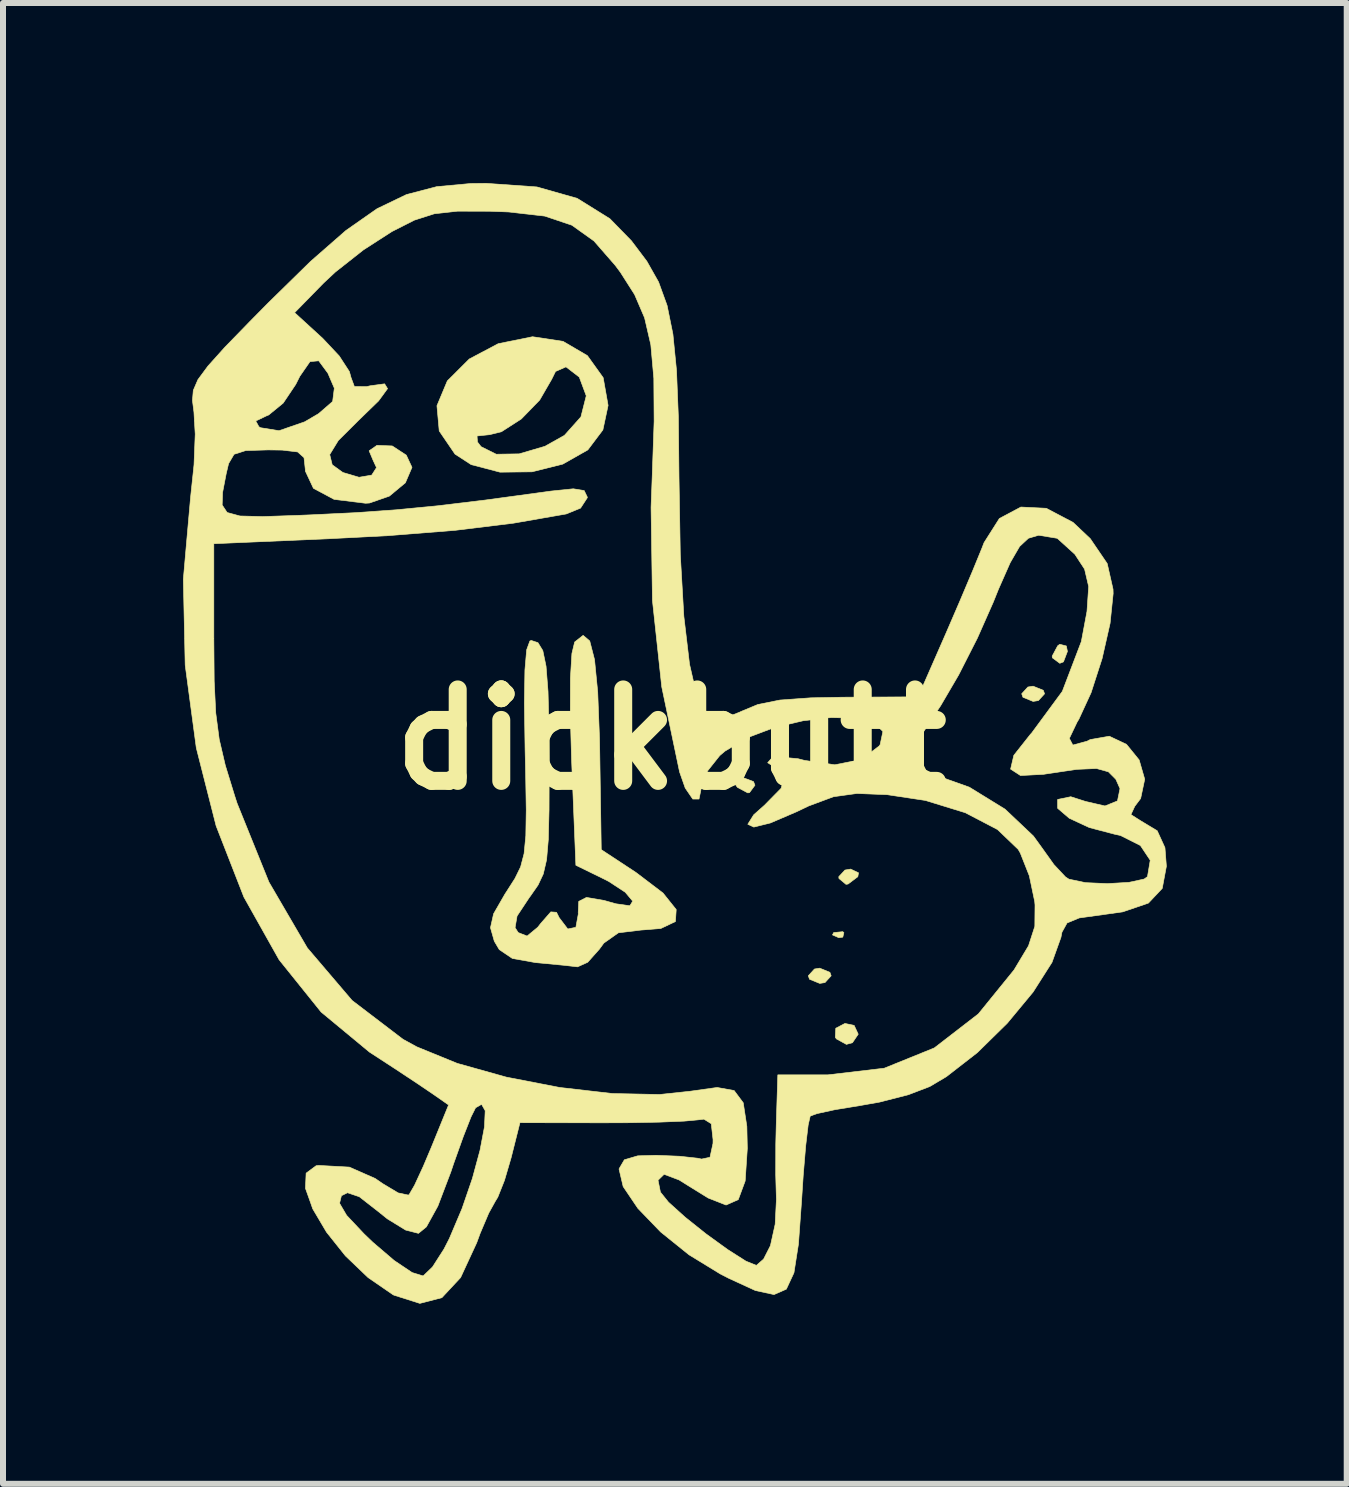
<source format=kicad_pcb>
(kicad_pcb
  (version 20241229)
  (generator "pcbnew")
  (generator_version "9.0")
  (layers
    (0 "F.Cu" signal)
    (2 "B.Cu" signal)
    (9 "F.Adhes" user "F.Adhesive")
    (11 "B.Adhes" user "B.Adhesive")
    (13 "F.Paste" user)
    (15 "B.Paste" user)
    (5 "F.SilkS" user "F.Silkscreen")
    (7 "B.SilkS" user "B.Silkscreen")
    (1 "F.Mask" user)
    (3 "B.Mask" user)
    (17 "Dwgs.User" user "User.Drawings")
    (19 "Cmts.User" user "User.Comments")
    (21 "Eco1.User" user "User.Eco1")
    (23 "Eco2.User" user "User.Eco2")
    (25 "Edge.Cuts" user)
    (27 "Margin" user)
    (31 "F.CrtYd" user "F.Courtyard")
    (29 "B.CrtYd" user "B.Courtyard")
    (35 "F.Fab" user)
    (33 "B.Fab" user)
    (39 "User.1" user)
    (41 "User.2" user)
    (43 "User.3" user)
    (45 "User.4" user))
  (footprint "dickbutt"
    (layer "F.Cu")
    (at 8.133 9.273)
    (property "Reference" "dickbutt" (at 0 0 0) (layer "F.SilkS") (effects (font (size 1.524 1.524) (thickness 0.3))))
    (attr through_hole)
    (fp_poly (pts (xy 2.879 3.217) (xy 2.861 3.293) (xy 2.794 3.302) (xy 2.689 3.256) (xy 2.709 3.217) (xy 2.86 3.202) (xy 2.879 3.217)) (stroke (width 0.01) (type solid)) (fill yes) (layer "F.SilkS"))
    (fp_poly (pts (xy 1.373 0.701) (xy 1.397 0.762) (xy 1.306 0.885) (xy 1.277 0.889) (xy 1.105 0.797) (xy 1.079 0.762) (xy 1.108 0.653) (xy 1.199 0.635) (xy 1.373 0.701)) (stroke (width 0.01) (type solid)) (fill yes) (layer "F.SilkS"))
    (fp_poly (pts (xy 2.646 3.879) (xy 2.667 3.937) (xy 2.564 4.05) (xy 2.477 4.064) (xy 2.307 3.995) (xy 2.286 3.937) (xy 2.389 3.824) (xy 2.477 3.81) (xy 2.646 3.879)) (stroke (width 0.01) (type solid)) (fill yes) (layer "F.SilkS"))
    (fp_poly (pts (xy 3.05 4.764) (xy 3.118 4.91) (xy 3.022 5.052) (xy 2.921 5.08) (xy 2.755 4.989) (xy 2.736 4.962) (xy 2.744 4.811) (xy 2.897 4.731) (xy 3.05 4.764)) (stroke (width 0.01) (type solid)) (fill yes) (layer "F.SilkS"))
    (fp_poly (pts (xy 3.123 2.221) (xy 3.111 2.286) (xy 2.949 2.408) (xy 2.914 2.413) (xy 2.797 2.316) (xy 2.794 2.286) (xy 2.897 2.175) (xy 2.992 2.159) (xy 3.123 2.221)) (stroke (width 0.01) (type solid)) (fill yes) (layer "F.SilkS"))
    (fp_poly (pts (xy 6.202 -0.82) (xy 6.223 -0.762) (xy 6.12 -0.649) (xy 6.032 -0.635) (xy 5.863 -0.704) (xy 5.842 -0.762) (xy 5.945 -0.875) (xy 6.032 -0.889) (xy 6.202 -0.82)) (stroke (width 0.01) (type solid)) (fill yes) (layer "F.SilkS"))
    (fp_poly (pts (xy 6.586 -1.559) (xy 6.604 -1.468) (xy 6.538 -1.294) (xy 6.477 -1.27) (xy 6.354 -1.361) (xy 6.35 -1.39) (xy 6.442 -1.562) (xy 6.477 -1.587) (xy 6.586 -1.559)) (stroke (width 0.01) (type solid)) (fill yes) (layer "F.SilkS"))
    (fp_poly (pts (xy -1.801 -6.635) (xy -1.395 -6.397) (xy -1.132 -6.03) (xy -1.05 -5.567) (xy -1.137 -5.159) (xy -1.388 -4.826) (xy -1.806 -4.589) (xy -2.318 -4.461) (xy -2.851 -4.455) (xy -3.332 -4.581) (xy -3.601 -4.756) (xy -3.807 -5.058) (xy -3.234 -5.058) (xy -3.227 -4.958) (xy -3.167 -4.88) (xy -2.914 -4.754) (xy -2.532 -4.76) (xy -2.103 -4.886) (xy -1.778 -5.068) (xy -1.503 -5.376) (xy -1.414 -5.727) (xy -1.53 -6.039) (xy -1.752 -6.21) (xy -1.926 -6.133) (xy -1.991 -6.001) (xy -2.19 -5.657) (xy -2.496 -5.342) (xy -2.827 -5.129) (xy -3.024 -5.08) (xy -3.234 -5.058) (xy -3.807 -5.058) (xy -3.864 -5.142) (xy -3.902 -5.562) (xy -3.729 -5.976) (xy -3.363 -6.341) (xy -2.881 -6.596) (xy -2.309 -6.712) (xy -1.801 -6.635)) (stroke (width 0.01) (type solid)) (fill yes) (layer "F.SilkS"))
    (fp_poly (pts (xy -1.356 -1.642) (xy -1.276 -1.331) (xy -1.223 -0.791) (xy -1.193 -0.012) (xy -1.19 0.157) (xy -1.164 1.835) (xy -0.585 2.216) (xy -0.135 2.558) (xy 0.085 2.833) (xy 0.072 3.033) (xy -0.172 3.149) (xy -0.501 3.175) (xy -0.879 3.221) (xy -1.121 3.392) (xy -1.195 3.493) (xy -1.39 3.712) (xy -1.559 3.788) (xy -1.776 3.763) (xy -2.131 3.729) (xy -2.26 3.717) (xy -2.645 3.648) (xy -2.863 3.501) (xy -2.946 3.361) (xy -3.01 3.136) (xy -2.958 2.904) (xy -2.768 2.574) (xy -2.738 2.528) (xy -2.602 2.315) (xy -2.508 2.123) (xy -2.45 1.902) (xy -2.421 1.603) (xy -2.414 1.175) (xy -2.424 0.568) (xy -2.433 0.176) (xy -2.445 -0.607) (xy -2.436 -1.158) (xy -2.407 -1.495) (xy -2.354 -1.641) (xy -2.331 -1.651) (xy -2.219 -1.614) (xy -2.138 -1.482) (xy -2.084 -1.222) (xy -2.051 -0.8) (xy -2.035 -0.184) (xy -2.032 0.475) (xy -2.034 1.171) (xy -2.046 1.664) (xy -2.075 2.003) (xy -2.13 2.24) (xy -2.217 2.425) (xy -2.345 2.609) (xy -2.364 2.634) (xy -2.567 2.941) (xy -2.6 3.134) (xy -2.548 3.217) (xy -2.4 3.275) (xy -2.223 3.129) (xy -2.172 3.064) (xy -2.004 2.872) (xy -1.91 2.879) (xy -1.865 2.969) (xy -1.722 3.157) (xy -1.587 3.129) (xy -1.546 2.905) (xy -1.548 2.889) (xy -1.539 2.697) (xy -1.41 2.631) (xy -1.115 2.682) (xy -0.921 2.737) (xy -0.687 2.77) (xy -0.64 2.693) (xy -0.764 2.545) (xy -1.039 2.365) (xy -1.111 2.328) (xy -1.587 2.095) (xy -1.659 0.318) (xy -1.68 -0.427) (xy -1.678 -1.023) (xy -1.653 -1.434) (xy -1.607 -1.625) (xy -1.466 -1.736) (xy -1.356 -1.642)) (stroke (width 0.01) (type solid)) (fill yes) (layer "F.SilkS"))
    (fp_poly (pts (xy -2.236 -9.208) (xy -1.566 -9.018) (xy -1.021 -8.679) (xy -0.661 -8.31) (xy -0.404 -7.969) (xy -0.209 -7.624) (xy -0.067 -7.233) (xy 0.03 -6.755) (xy 0.09 -6.15) (xy 0.121 -5.375) (xy 0.131 -4.391) (xy 0.132 -4.327) (xy 0.153 -3.082) (xy 0.212 -2.055) (xy 0.307 -1.254) (xy 0.437 -0.688) (xy 0.602 -0.364) (xy 0.613 -0.352) (xy 0.81 -0.325) (xy 1.147 -0.458) (xy 1.16 -0.465) (xy 1.446 -0.584) (xy 1.815 -0.658) (xy 2.33 -0.695) (xy 2.852 -0.705) (xy 4.116 -0.711) (xy 4.586 -1.784) (xy 4.816 -2.317) (xy 5.025 -2.812) (xy 5.179 -3.188) (xy 5.215 -3.281) (xy 5.47 -3.683) (xy 5.829 -3.874) (xy 6.252 -3.853) (xy 6.698 -3.618) (xy 6.984 -3.348) (xy 7.267 -2.932) (xy 7.364 -2.504) (xy 7.366 -2.432) (xy 7.315 -1.937) (xy 7.182 -1.35) (xy 6.998 -0.78) (xy 6.794 -0.337) (xy 6.766 -0.292) (xy 6.636 -0.019) (xy 6.694 0.092) (xy 6.931 0.028) (xy 6.983 0.001) (xy 7.302 -0.055) (xy 7.588 0.08) (xy 7.799 0.34) (xy 7.892 0.662) (xy 7.824 0.983) (xy 7.726 1.113) (xy 7.662 1.251) (xy 7.821 1.352) (xy 8.1 1.52) (xy 8.229 1.802) (xy 8.253 2.112) (xy 8.184 2.481) (xy 7.953 2.726) (xy 7.525 2.872) (xy 7.19 2.919) (xy 6.801 2.973) (xy 6.598 3.057) (xy 6.513 3.21) (xy 6.496 3.297) (xy 6.347 3.713) (xy 6.032 4.208) (xy 5.601 4.728) (xy 5.103 5.217) (xy 4.587 5.618) (xy 4.309 5.783) (xy 3.953 5.919) (xy 3.473 6.042) (xy 3.145 6.1) (xy 2.731 6.168) (xy 2.429 6.234) (xy 2.318 6.275) (xy 2.284 6.422) (xy 2.243 6.768) (xy 2.202 7.256) (xy 2.173 7.698) (xy 2.122 8.407) (xy 2.047 8.886) (xy 1.92 9.159) (xy 1.715 9.249) (xy 1.405 9.182) (xy 0.963 8.979) (xy 0.819 8.905) (xy 0.298 8.586) (xy -0.174 8.206) (xy -0.554 7.812) (xy -0.799 7.449) (xy -0.867 7.16) (xy -0.865 7.15) (xy -0.779 7.003) (xy -0.556 6.937) (xy -0.251 6.928) (xy 0.141 6.944) (xy 0.443 6.977) (xy 0.508 6.991) (xy 0.648 6.961) (xy 0.698 6.73) (xy 0.699 6.668) (xy 0.669 6.402) (xy 0.547 6.326) (xy 0.445 6.338) (xy 0.216 6.359) (xy -0.201 6.376) (xy -0.74 6.386) (xy -1.164 6.387) (xy -2.519 6.385) (xy -2.666 6.969) (xy -2.777 7.347) (xy -2.888 7.626) (xy -2.929 7.693) (xy -3.039 7.892) (xy -3.182 8.229) (xy -3.24 8.387) (xy -3.508 8.966) (xy -3.82 9.301) (xy -4.187 9.396) (xy -4.619 9.259) (xy -4.636 9.25) (xy -5.05 8.965) (xy -5.427 8.604) (xy -5.742 8.209) (xy -5.972 7.82) (xy -6.004 7.728) (xy -5.525 7.728) (xy -5.407 7.929) (xy -5.116 8.238) (xy -4.972 8.376) (xy -4.614 8.682) (xy -4.316 8.882) (xy -4.134 8.938) (xy -4.13 8.937) (xy -3.976 8.789) (xy -3.785 8.491) (xy -3.695 8.315) (xy -3.484 7.817) (xy -3.311 7.313) (xy -3.184 6.844) (xy -3.11 6.454) (xy -3.098 6.185) (xy -3.158 6.079) (xy -3.258 6.136) (xy -3.334 6.288) (xy -3.464 6.619) (xy -3.623 7.064) (xy -3.67 7.204) (xy -3.887 7.775) (xy -4.078 8.121) (xy -4.21 8.229) (xy -4.424 8.174) (xy -4.727 7.988) (xy -4.884 7.862) (xy -5.195 7.619) (xy -5.393 7.552) (xy -5.494 7.602) (xy -5.525 7.728) (xy -6.004 7.728) (xy -6.093 7.479) (xy -6.082 7.226) (xy -5.915 7.102) (xy -5.874 7.097) (xy -5.361 7.125) (xy -4.93 7.315) (xy -4.807 7.4) (xy -4.548 7.555) (xy -4.378 7.591) (xy -4.365 7.582) (xy -4.275 7.427) (xy -4.129 7.111) (xy -3.995 6.794) (xy -3.708 6.089) (xy -3.981 5.899) (xy -4.225 5.734) (xy -4.6 5.486) (xy -5.027 5.208) (xy -5.028 5.207) (xy -5.832 4.541) (xy -6.532 3.67) (xy -7.119 2.625) (xy -7.582 1.438) (xy -7.912 0.139) (xy -8.097 -1.24) (xy -8.128 -2.669) (xy -8.076 -3.263) (xy -7.62 -3.263) (xy -7.62 -1.682) (xy -7.614 -0.976) (xy -7.588 -0.443) (xy -7.53 -0.002) (xy -7.429 0.43) (xy -7.274 0.934) (xy -7.233 1.061) (xy -6.702 2.375) (xy -6.062 3.473) (xy -5.316 4.348) (xy -4.468 4.995) (xy -4.238 5.121) (xy -3.565 5.396) (xy -2.744 5.626) (xy -1.856 5.798) (xy -0.979 5.899) (xy -0.191 5.915) (xy 0.317 5.861) (xy 0.767 5.798) (xy 1.05 5.849) (xy 1.202 6.053) (xy 1.262 6.447) (xy 1.27 6.814) (xy 1.234 7.357) (xy 1.119 7.667) (xy 0.916 7.757) (xy 0.618 7.64) (xy 0.304 7.446) (xy 0.133 7.339) (xy -0.117 7.245) (xy -0.218 7.344) (xy -0.178 7.542) (xy -0.044 7.709) (xy 0.233 7.959) (xy 0.585 8.24) (xy 0.946 8.501) (xy 1.248 8.693) (xy 1.421 8.763) (xy 1.541 8.658) (xy 1.655 8.434) (xy 1.734 8.077) (xy 1.755 7.66) (xy 1.754 7.641) (xy 1.743 7.253) (xy 1.744 6.744) (xy 1.753 6.382) (xy 1.778 5.588) (xy 2.608 5.588) (xy 3.552 5.477) (xy 4.386 5.139) (xy 5.12 4.572) (xy 5.715 3.839) (xy 5.956 3.437) (xy 6.061 3.113) (xy 6.064 2.757) (xy 6.059 2.701) (xy 5.969 2.271) (xy 5.819 1.892) (xy 5.784 1.831) (xy 5.439 1.5) (xy 4.903 1.22) (xy 4.237 1.015) (xy 3.6 0.919) (xy 3.096 0.899) (xy 2.706 0.953) (xy 2.295 1.106) (xy 2.092 1.203) (xy 1.656 1.39) (xy 1.378 1.459) (xy 1.278 1.412) (xy 1.376 1.255) (xy 1.556 1.095) (xy 1.834 0.812) (xy 1.89 0.595) (xy 1.746 0.472) (xy 1.609 0.387) (xy 1.665 0.323) (xy 1.854 0.295) (xy 2.115 0.32) (xy 2.224 0.348) (xy 2.727 0.421) (xy 2.99 0.369) (xy 3.937 0.369) (xy 4.047 0.473) (xy 4.316 0.566) (xy 4.35 0.574) (xy 4.969 0.794) (xy 5.564 1.16) (xy 6.037 1.608) (xy 6.156 1.772) (xy 6.378 2.083) (xy 6.573 2.291) (xy 6.629 2.327) (xy 6.905 2.385) (xy 7.271 2.401) (xy 7.63 2.38) (xy 7.882 2.325) (xy 7.938 2.285) (xy 7.984 2.012) (xy 7.82 1.766) (xy 7.488 1.599) (xy 7.391 1.578) (xy 6.969 1.467) (xy 6.635 1.312) (xy 6.441 1.146) (xy 6.44 1.002) (xy 6.444 0.998) (xy 6.66 0.953) (xy 6.906 1.032) (xy 7.23 1.107) (xy 7.438 1.023) (xy 7.48 0.818) (xy 7.411 0.663) (xy 7.287 0.538) (xy 7.089 0.483) (xy 6.76 0.497) (xy 6.243 0.574) (xy 6.206 0.58) (xy 5.822 0.6) (xy 5.657 0.493) (xy 5.711 0.263) (xy 5.987 -0.086) (xy 6.007 -0.107) (xy 6.519 -0.802) (xy 6.836 -1.633) (xy 6.93 -2.135) (xy 6.958 -2.549) (xy 6.89 -2.839) (xy 6.728 -3.087) (xy 6.435 -3.353) (xy 6.124 -3.404) (xy 5.954 -3.354) (xy 5.807 -3.217) (xy 5.651 -2.948) (xy 5.454 -2.502) (xy 5.369 -2.29) (xy 5.104 -1.691) (xy 4.792 -1.077) (xy 4.492 -0.564) (xy 4.437 -0.482) (xy 4.188 -0.1) (xy 4.009 0.204) (xy 3.937 0.367) (xy 3.937 0.369) (xy 2.99 0.369) (xy 3.167 0.335) (xy 3.467 0.108) (xy 3.483 0.085) (xy 3.529 -0.134) (xy 3.378 -0.28) (xy 3.076 -0.356) (xy 2.669 -0.366) (xy 2.201 -0.313) (xy 1.72 -0.2) (xy 1.27 -0.03) (xy 0.897 0.194) (xy 0.81 0.268) (xy 0.598 0.535) (xy 0.508 0.782) (xy 0.508 0.784) (xy 0.465 0.992) (xy 0.361 0.992) (xy 0.235 0.808) (xy 0.141 0.54) (xy -0.156 -0.878) (xy -0.311 -2.318) (xy -0.334 -3.868) (xy -0.315 -4.381) (xy -0.283 -5.303) (xy -0.288 -6.019) (xy -0.338 -6.578) (xy -0.442 -7.027) (xy -0.608 -7.414) (xy -0.845 -7.786) (xy -0.93 -7.9) (xy -1.285 -8.307) (xy -1.653 -8.57) (xy -2.104 -8.722) (xy -2.708 -8.791) (xy -3.019 -8.803) (xy -3.559 -8.804) (xy -3.945 -8.761) (xy -4.277 -8.655) (xy -4.654 -8.464) (xy -4.654 -8.464) (xy -5.127 -8.159) (xy -5.595 -7.79) (xy -5.791 -7.607) (xy -6.274 -7.113) (xy -5.804 -6.683) (xy -5.53 -6.391) (xy -5.361 -6.131) (xy -5.334 -6.033) (xy -5.278 -5.882) (xy -5.071 -5.881) (xy -5.017 -5.894) (xy -4.774 -5.927) (xy -4.725 -5.847) (xy -4.875 -5.642) (xy -5.207 -5.32) (xy -5.546 -4.982) (xy -5.689 -4.748) (xy -5.647 -4.578) (xy -5.47 -4.45) (xy -5.2 -4.37) (xy -4.989 -4.406) (xy -4.909 -4.531) (xy -4.964 -4.649) (xy -5.032 -4.811) (xy -4.902 -4.902) (xy -4.647 -4.892) (xy -4.413 -4.739) (xy -4.318 -4.535) (xy -4.428 -4.278) (xy -4.695 -4.056) (xy -5.026 -3.941) (xy -5.091 -3.937) (xy -5.616 -4.002) (xy -5.96 -4.186) (xy -6.095 -4.474) (xy -6.096 -4.505) (xy -6.117 -4.697) (xy -6.223 -4.792) (xy -6.481 -4.823) (xy -6.715 -4.826) (xy -7.088 -4.815) (xy -7.283 -4.753) (xy -7.374 -4.598) (xy -7.414 -4.429) (xy -7.474 -4.117) (xy -7.481 -3.908) (xy -7.398 -3.783) (xy -7.185 -3.725) (xy -6.806 -3.715) (xy -6.223 -3.735) (xy -6.001 -3.744) (xy -5.263 -3.78) (xy -4.581 -3.828) (xy -3.879 -3.896) (xy -3.085 -3.992) (xy -2.123 -4.123) (xy -2 -4.14) (xy -1.63 -4.178) (xy -1.449 -4.149) (xy -1.397 -4.041) (xy -1.397 -4.028) (xy -1.509 -3.856) (xy -1.746 -3.759) (xy -2.627 -3.605) (xy -3.598 -3.486) (xy -4.718 -3.397) (xy -5.683 -3.347) (xy -7.62 -3.263) (xy -8.076 -3.263) (xy -8.007 -4.039) (xy -7.95 -4.577) (xy -7.93 -5.089) (xy -7.943 -5.308) (xy -6.921 -5.308) (xy -6.87 -5.214) (xy -6.843 -5.196) (xy -6.533 -5.146) (xy -6.106 -5.294) (xy -5.874 -5.43) (xy -5.64 -5.633) (xy -5.612 -5.855) (xy -5.719 -6.104) (xy -5.872 -6.311) (xy -6.018 -6.297) (xy -6.187 -6.053) (xy -6.256 -5.916) (xy -6.464 -5.606) (xy -6.706 -5.408) (xy -6.741 -5.394) (xy -6.921 -5.308) (xy -7.943 -5.308) (xy -7.951 -5.455) (xy -7.976 -5.65) (xy -7.962 -5.818) (xy -7.885 -5.997) (xy -7.718 -6.223) (xy -7.438 -6.535) (xy -7.017 -6.968) (xy -6.713 -7.276) (xy -6.009 -7.966) (xy -5.419 -8.482) (xy -4.9 -8.845) (xy -4.41 -9.081) (xy -3.905 -9.213) (xy -3.341 -9.265) (xy -3.084 -9.268) (xy -2.236 -9.208)) (stroke (width 0.01) (type solid)) (fill yes) (layer "F.SilkS")))
  (gr_rect
    (start -3 -3)
    (end 19.391 21.675)
    (stroke (width 0.1) (type default))
    (fill no)
    (layer "Edge.Cuts")))
</source>
